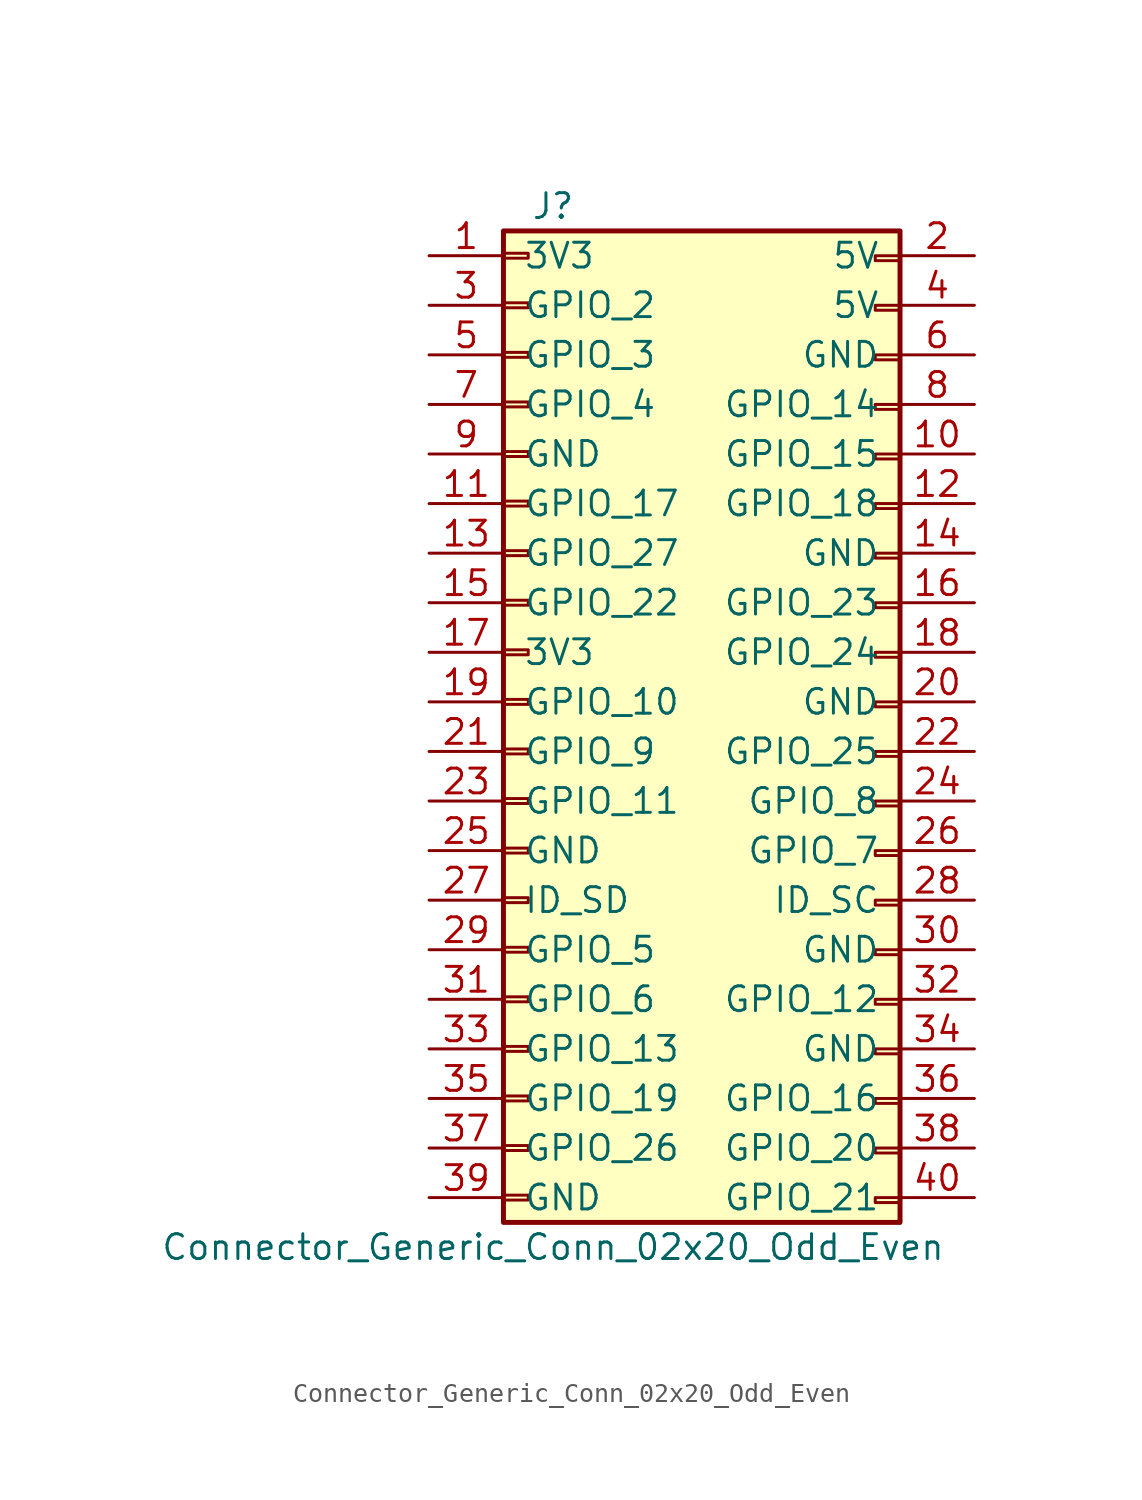
<source format=kicad_sym>
(kicad_symbol_lib
  (version 20220914)
  (generator kicad_symbol_editor)
  (symbol "Connector_Generic_Conn_02x20_Odd_Even"
    (pin_names
      (offset 1.016))
    (property "Reference" "J"
      (at 1.27 25.4 0)
      (effects (font (size 1.27 1.27))))
    (property "Value" "Connector_Generic_Conn_02x20_Odd_Even"
      (at 1.27 -27.94 0)
      (effects (font (size 1.27 1.27))))
    (symbol "Connector_Generic_Conn_02x20_Odd_Even_1_1"
      (rectangle (start -1.27 -25.273) (end 0 -25.527) (stroke (width 0.152) (type solid)) (fill (type none)))
      (rectangle (start -1.27 -22.733) (end 0 -22.987) (stroke (width 0.152) (type solid)) (fill (type none)))
      (rectangle (start -1.27 -20.193) (end 0 -20.447) (stroke (width 0.152) (type solid)) (fill (type none)))
      (rectangle (start -1.27 -17.653) (end 0 -17.907) (stroke (width 0.152) (type solid)) (fill (type none)))
      (rectangle (start -1.27 -15.113) (end 0 -15.367) (stroke (width 0.152) (type solid)) (fill (type none)))
      (rectangle (start -1.27 -12.573) (end 0 -12.827) (stroke (width 0.152) (type solid)) (fill (type none)))
      (rectangle (start -1.27 -10.033) (end 0 -10.287) (stroke (width 0.152) (type solid)) (fill (type none)))
      (rectangle (start -1.27 -7.493) (end 0 -7.747) (stroke (width 0.152) (type solid)) (fill (type none)))
      (rectangle (start -1.27 -4.953) (end 0 -5.207) (stroke (width 0.152) (type solid)) (fill (type none)))
      (rectangle (start -1.27 -2.413) (end 0 -2.667) (stroke (width 0.152) (type solid)) (fill (type none)))
      (rectangle (start -1.27 0.127) (end 0 -0.127) (stroke (width 0.152) (type solid)) (fill (type none)))
      (rectangle (start -1.27 2.667) (end 0 2.413) (stroke (width 0.152) (type solid)) (fill (type none)))
      (rectangle (start -1.27 5.207) (end 0 4.953) (stroke (width 0.152) (type solid)) (fill (type none)))
      (rectangle (start -1.27 7.747) (end 0 7.493) (stroke (width 0.152) (type solid)) (fill (type none)))
      (rectangle (start -1.27 10.287) (end 0 10.033) (stroke (width 0.152) (type solid)) (fill (type none)))
      (rectangle (start -1.27 12.827) (end 0 12.573) (stroke (width 0.152) (type solid)) (fill (type none)))
      (rectangle (start -1.27 15.367) (end 0 15.113) (stroke (width 0.152) (type solid)) (fill (type none)))
      (rectangle (start -1.27 17.907) (end 0 17.653) (stroke (width 0.152) (type solid)) (fill (type none)))
      (rectangle (start -1.27 20.447) (end 0 20.193) (stroke (width 0.152) (type solid)) (fill (type none)))
      (rectangle (start -1.27 22.987) (end 0 22.733) (stroke (width 0.152) (type solid)) (fill (type none)))
      (rectangle (start -1.27 24.13) (end 19.05 -26.67) (stroke (width 0.254) (type solid)) (fill (type background)))
      (rectangle (start 17.78 20.32) (end 19.05 20.066) (stroke (width 0.152) (type solid)) (fill (type none)))
      (rectangle (start 17.78 22.86) (end 19.05 22.606) (stroke (width 0.152) (type solid)) (fill (type none)))
      (rectangle (start 19.05 -25.4) (end 17.78 -25.654) (stroke (width 0.152) (type solid)) (fill (type none)))
      (rectangle (start 19.05 -22.86) (end 17.78 -23.114) (stroke (width 0.152) (type solid)) (fill (type none)))
      (rectangle (start 19.05 -20.32) (end 17.78 -20.574) (stroke (width 0.152) (type solid)) (fill (type none)))
      (rectangle (start 19.05 -17.78) (end 17.78 -18.034) (stroke (width 0.152) (type solid)) (fill (type none)))
      (rectangle (start 19.05 -15.24) (end 17.78 -15.494) (stroke (width 0.152) (type solid)) (fill (type none)))
      (rectangle (start 19.05 -12.7) (end 17.78 -12.954) (stroke (width 0.152) (type solid)) (fill (type none)))
      (rectangle (start 19.05 -10.16) (end 17.78 -10.414) (stroke (width 0.152) (type solid)) (fill (type none)))
      (rectangle (start 19.05 -7.62) (end 17.78 -7.874) (stroke (width 0.152) (type solid)) (fill (type none)))
      (rectangle (start 19.05 -5.08) (end 17.78 -5.334) (stroke (width 0.152) (type solid)) (fill (type none)))
      (rectangle (start 19.05 -2.54) (end 17.78 -2.794) (stroke (width 0.152) (type solid)) (fill (type none)))
      (rectangle (start 19.05 0) (end 17.78 -0.254) (stroke (width 0.152) (type solid)) (fill (type none)))
      (rectangle (start 19.05 2.54) (end 17.78 2.286) (stroke (width 0.152) (type solid)) (fill (type none)))
      (rectangle (start 19.05 5.08) (end 17.78 4.826) (stroke (width 0.152) (type solid)) (fill (type none)))
      (rectangle (start 19.05 7.62) (end 17.78 7.366) (stroke (width 0.152) (type solid)) (fill (type none)))
      (rectangle (start 19.05 10.16) (end 17.78 9.906) (stroke (width 0.152) (type solid)) (fill (type none)))
      (rectangle (start 19.05 12.7) (end 17.78 12.446) (stroke (width 0.152) (type solid)) (fill (type none)))
      (rectangle (start 19.05 15.24) (end 17.78 14.986) (stroke (width 0.152) (type solid)) (fill (type none)))
      (rectangle (start 19.05 17.78) (end 17.78 17.526) (stroke (width 0.152) (type solid)) (fill (type none)))
      (pin passive line (at -5.08 22.86 0) (length 3.81) (name "3V3" (effects (font (size 1.27 1.27)))) (number "1" (effects (font (size 1.27 1.27)))))
      (pin passive line (at 22.86 12.7 180) (length 3.81) (name "GPIO_15" (effects (font (size 1.27 1.27)))) (number "10" (effects (font (size 1.27 1.27)))))
      (pin passive line (at -5.08 10.16 0) (length 3.81) (name "GPIO_17" (effects (font (size 1.27 1.27)))) (number "11" (effects (font (size 1.27 1.27)))))
      (pin passive line (at 22.86 10.16 180) (length 3.81) (name "GPIO_18" (effects (font (size 1.27 1.27)))) (number "12" (effects (font (size 1.27 1.27)))))
      (pin passive line (at -5.08 7.62 0) (length 3.81) (name "GPIO_27" (effects (font (size 1.27 1.27)))) (number "13" (effects (font (size 1.27 1.27)))))
      (pin passive line (at 22.86 7.62 180) (length 3.81) (name "GND" (effects (font (size 1.27 1.27)))) (number "14" (effects (font (size 1.27 1.27)))))
      (pin passive line (at -5.08 5.08 0) (length 3.81) (name "GPIO_22" (effects (font (size 1.27 1.27)))) (number "15" (effects (font (size 1.27 1.27)))))
      (pin passive line (at 22.86 5.08 180) (length 3.81) (name "GPIO_23" (effects (font (size 1.27 1.27)))) (number "16" (effects (font (size 1.27 1.27)))))
      (pin passive line (at -5.08 2.54 0) (length 3.81) (name "3V3" (effects (font (size 1.27 1.27)))) (number "17" (effects (font (size 1.27 1.27)))))
      (pin passive line (at 22.86 2.54 180) (length 3.81) (name "GPIO_24" (effects (font (size 1.27 1.27)))) (number "18" (effects (font (size 1.27 1.27)))))
      (pin passive line (at -5.08 0 0) (length 3.81) (name "GPIO_10" (effects (font (size 1.27 1.27)))) (number "19" (effects (font (size 1.27 1.27)))))
      (pin passive line (at 22.86 22.86 180) (length 3.81) (name "5V" (effects (font (size 1.27 1.27)))) (number "2" (effects (font (size 1.27 1.27)))))
      (pin passive line (at 22.86 0 180) (length 3.81) (name "GND" (effects (font (size 1.27 1.27)))) (number "20" (effects (font (size 1.27 1.27)))))
      (pin passive line (at -5.08 -2.54 0) (length 3.81) (name "GPIO_9" (effects (font (size 1.27 1.27)))) (number "21" (effects (font (size 1.27 1.27)))))
      (pin passive line (at 22.86 -2.54 180) (length 3.81) (name "GPIO_25" (effects (font (size 1.27 1.27)))) (number "22" (effects (font (size 1.27 1.27)))))
      (pin passive line (at -5.08 -5.08 0) (length 3.81) (name "GPIO_11" (effects (font (size 1.27 1.27)))) (number "23" (effects (font (size 1.27 1.27)))))
      (pin passive line (at 22.86 -5.08 180) (length 3.81) (name "GPIO_8" (effects (font (size 1.27 1.27)))) (number "24" (effects (font (size 1.27 1.27)))))
      (pin passive line (at -5.08 -7.62 0) (length 3.81) (name "GND" (effects (font (size 1.27 1.27)))) (number "25" (effects (font (size 1.27 1.27)))))
      (pin passive line (at 22.86 -7.62 180) (length 3.81) (name "GPIO_7" (effects (font (size 1.27 1.27)))) (number "26" (effects (font (size 1.27 1.27)))))
      (pin passive line (at -5.08 -10.16 0) (length 3.81) (name "ID_SD" (effects (font (size 1.27 1.27)))) (number "27" (effects (font (size 1.27 1.27)))))
      (pin passive line (at 22.86 -10.16 180) (length 3.81) (name "ID_SC" (effects (font (size 1.27 1.27)))) (number "28" (effects (font (size 1.27 1.27)))))
      (pin passive line (at -5.08 -12.7 0) (length 3.81) (name "GPIO_5" (effects (font (size 1.27 1.27)))) (number "29" (effects (font (size 1.27 1.27)))))
      (pin passive line (at -5.08 20.32 0) (length 3.81) (name "GPIO_2" (effects (font (size 1.27 1.27)))) (number "3" (effects (font (size 1.27 1.27)))))
      (pin passive line (at 22.86 -12.7 180) (length 3.81) (name "GND" (effects (font (size 1.27 1.27)))) (number "30" (effects (font (size 1.27 1.27)))))
      (pin passive line (at -5.08 -15.24 0) (length 3.81) (name "GPIO_6" (effects (font (size 1.27 1.27)))) (number "31" (effects (font (size 1.27 1.27)))))
      (pin passive line (at 22.86 -15.24 180) (length 3.81) (name "GPIO_12" (effects (font (size 1.27 1.27)))) (number "32" (effects (font (size 1.27 1.27)))))
      (pin passive line (at -5.08 -17.78 0) (length 3.81) (name "GPIO_13" (effects (font (size 1.27 1.27)))) (number "33" (effects (font (size 1.27 1.27)))))
      (pin passive line (at 22.86 -17.78 180) (length 3.81) (name "GND" (effects (font (size 1.27 1.27)))) (number "34" (effects (font (size 1.27 1.27)))))
      (pin passive line (at -5.08 -20.32 0) (length 3.81) (name "GPIO_19" (effects (font (size 1.27 1.27)))) (number "35" (effects (font (size 1.27 1.27)))))
      (pin passive line (at 22.86 -20.32 180) (length 3.81) (name "GPIO_16" (effects (font (size 1.27 1.27)))) (number "36" (effects (font (size 1.27 1.27)))))
      (pin passive line (at -5.08 -22.86 0) (length 3.81) (name "GPIO_26" (effects (font (size 1.27 1.27)))) (number "37" (effects (font (size 1.27 1.27)))))
      (pin passive line (at 22.86 -22.86 180) (length 3.81) (name "GPIO_20" (effects (font (size 1.27 1.27)))) (number "38" (effects (font (size 1.27 1.27)))))
      (pin passive line (at -5.08 -25.4 0) (length 3.81) (name "GND" (effects (font (size 1.27 1.27)))) (number "39" (effects (font (size 1.27 1.27)))))
      (pin passive line (at 22.86 20.32 180) (length 3.81) (name "5V" (effects (font (size 1.27 1.27)))) (number "4" (effects (font (size 1.27 1.27)))))
      (pin passive line (at 22.86 -25.4 180) (length 3.81) (name "GPIO_21" (effects (font (size 1.27 1.27)))) (number "40" (effects (font (size 1.27 1.27)))))
      (pin passive line (at -5.08 17.78 0) (length 3.81) (name "GPIO_3" (effects (font (size 1.27 1.27)))) (number "5" (effects (font (size 1.27 1.27)))))
      (pin passive line (at 22.86 17.78 180) (length 3.81) (name "GND" (effects (font (size 1.27 1.27)))) (number "6" (effects (font (size 1.27 1.27)))))
      (pin passive line (at -5.08 15.24 0) (length 3.81) (name "GPIO_4" (effects (font (size 1.27 1.27)))) (number "7" (effects (font (size 1.27 1.27)))))
      (pin passive line (at 22.86 15.24 180) (length 3.81) (name "GPIO_14" (effects (font (size 1.27 1.27)))) (number "8" (effects (font (size 1.27 1.27)))))
      (pin passive line (at -5.08 12.7 0) (length 3.81) (name "GND" (effects (font (size 1.27 1.27)))) (number "9" (effects (font (size 1.27 1.27))))))))
</source>
